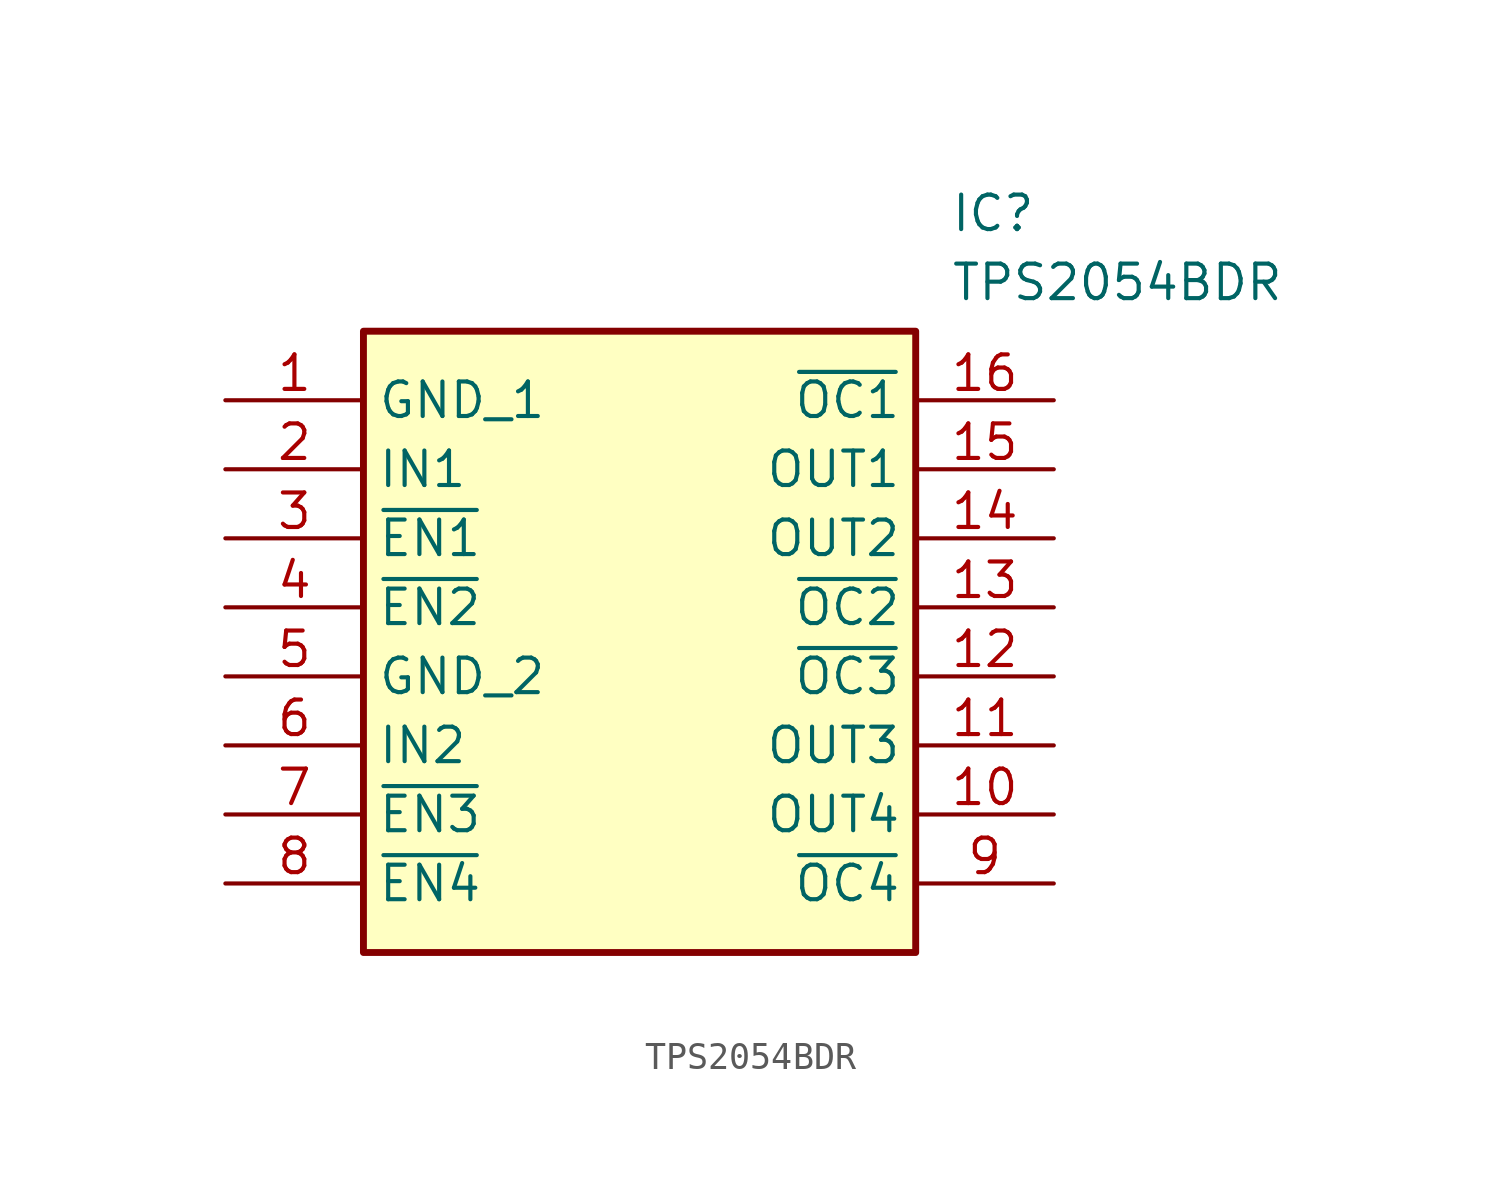
<source format=kicad_sym>
(kicad_symbol_lib
  (version 20211014)
  (generator SamacSys_ECAD_Model)
  (symbol "TPS2054BDR"
    (property "Reference" "IC"
      (at 26.67 7.62 0)
      (effects (font (size 1.27 1.27)) (justify left top)))
    (property "Value" "TPS2054BDR"
      (at 26.67 5.08 0)
      (effects (font (size 1.27 1.27)) (justify left top)))
    (rectangle
      (start 5.08 2.54)
      (end 25.4 -20.32)
      (stroke (width 0.254) (type default))
      (fill (type background)))
    (pin passive line
      (at 0 0 0)
      (length 5.08)
      (name "GND_1" (effects (font (size 1.27 1.27))))
      (number "1" (effects (font (size 1.27 1.27)))))
    (pin passive line
      (at 0 -2.54 0)
      (length 5.08)
      (name "IN1" (effects (font (size 1.27 1.27))))
      (number "2" (effects (font (size 1.27 1.27)))))
    (pin passive line
      (at 0 -5.08 0)
      (length 5.08)
      (name "~{EN1}" (effects (font (size 1.27 1.27))))
      (number "3" (effects (font (size 1.27 1.27)))))
    (pin passive line
      (at 0 -7.62 0)
      (length 5.08)
      (name "~{EN2}" (effects (font (size 1.27 1.27))))
      (number "4" (effects (font (size 1.27 1.27)))))
    (pin passive line
      (at 0 -10.16 0)
      (length 5.08)
      (name "GND_2" (effects (font (size 1.27 1.27))))
      (number "5" (effects (font (size 1.27 1.27)))))
    (pin passive line
      (at 0 -12.7 0)
      (length 5.08)
      (name "IN2" (effects (font (size 1.27 1.27))))
      (number "6" (effects (font (size 1.27 1.27)))))
    (pin passive line
      (at 0 -15.24 0)
      (length 5.08)
      (name "~{EN3}" (effects (font (size 1.27 1.27))))
      (number "7" (effects (font (size 1.27 1.27)))))
    (pin passive line
      (at 0 -17.78 0)
      (length 5.08)
      (name "~{EN4}" (effects (font (size 1.27 1.27))))
      (number "8" (effects (font (size 1.27 1.27)))))
    (pin passive line
      (at 30.48 0 180)
      (length 5.08)
      (name "~{OC1}" (effects (font (size 1.27 1.27))))
      (number "16" (effects (font (size 1.27 1.27)))))
    (pin passive line
      (at 30.48 -2.54 180)
      (length 5.08)
      (name "OUT1" (effects (font (size 1.27 1.27))))
      (number "15" (effects (font (size 1.27 1.27)))))
    (pin passive line
      (at 30.48 -5.08 180)
      (length 5.08)
      (name "OUT2" (effects (font (size 1.27 1.27))))
      (number "14" (effects (font (size 1.27 1.27)))))
    (pin passive line
      (at 30.48 -7.62 180)
      (length 5.08)
      (name "~{OC2}" (effects (font (size 1.27 1.27))))
      (number "13" (effects (font (size 1.27 1.27)))))
    (pin passive line
      (at 30.48 -10.16 180)
      (length 5.08)
      (name "~{OC3}" (effects (font (size 1.27 1.27))))
      (number "12" (effects (font (size 1.27 1.27)))))
    (pin passive line
      (at 30.48 -12.7 180)
      (length 5.08)
      (name "OUT3" (effects (font (size 1.27 1.27))))
      (number "11" (effects (font (size 1.27 1.27)))))
    (pin passive line
      (at 30.48 -15.24 180)
      (length 5.08)
      (name "OUT4" (effects (font (size 1.27 1.27))))
      (number "10" (effects (font (size 1.27 1.27)))))
    (pin passive line
      (at 30.48 -17.78 180)
      (length 5.08)
      (name "~{OC4}" (effects (font (size 1.27 1.27))))
      (number "9" (effects (font (size 1.27 1.27)))))))
</source>
